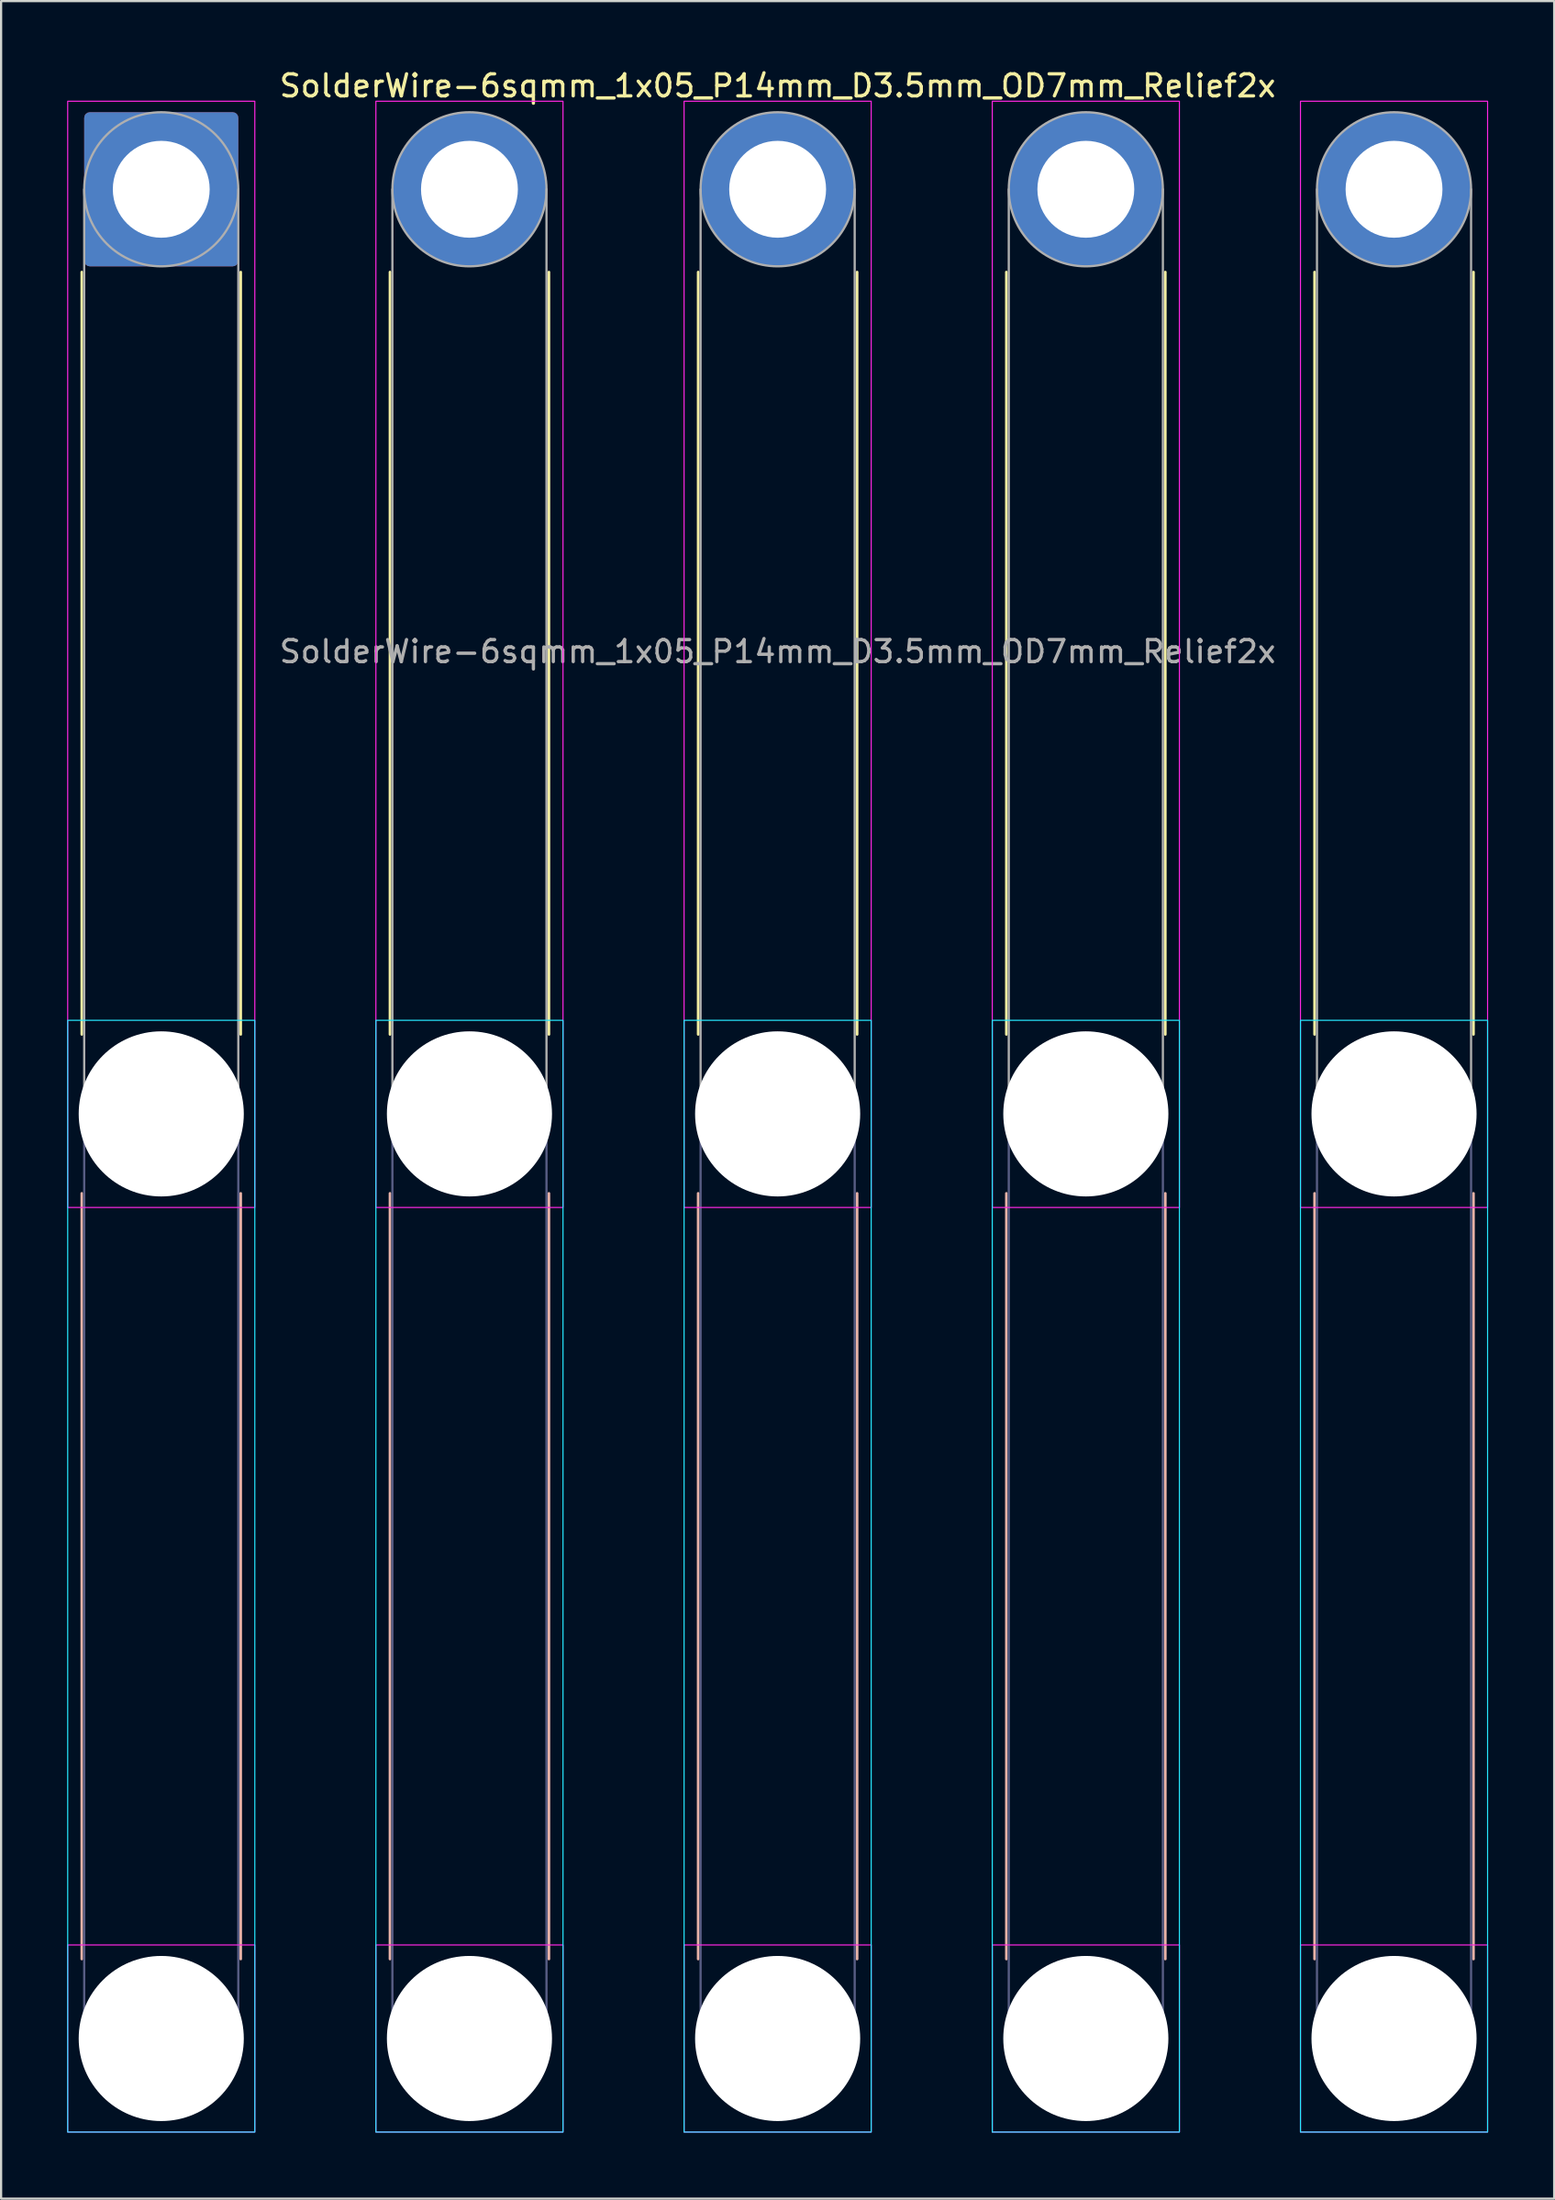
<source format=kicad_pcb>
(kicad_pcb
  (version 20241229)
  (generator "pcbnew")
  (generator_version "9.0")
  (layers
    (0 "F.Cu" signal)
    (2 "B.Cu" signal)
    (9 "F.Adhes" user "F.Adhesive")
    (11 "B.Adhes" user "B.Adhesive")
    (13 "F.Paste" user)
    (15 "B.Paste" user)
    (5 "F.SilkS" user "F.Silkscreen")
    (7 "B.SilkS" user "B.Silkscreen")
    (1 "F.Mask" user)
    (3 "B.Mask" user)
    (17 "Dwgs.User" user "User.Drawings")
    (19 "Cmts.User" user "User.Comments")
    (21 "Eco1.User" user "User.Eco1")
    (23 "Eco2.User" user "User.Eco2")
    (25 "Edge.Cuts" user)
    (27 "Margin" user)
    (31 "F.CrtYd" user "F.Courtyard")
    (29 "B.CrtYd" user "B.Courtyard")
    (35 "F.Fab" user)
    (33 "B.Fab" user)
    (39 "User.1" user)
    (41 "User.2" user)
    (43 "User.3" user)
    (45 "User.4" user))
  (footprint "SolderWire-6sqmm_1x05_P14mm_D3.5mm_OD7mm_Relief2x"
    (layer "F.Cu")
    (at 4.275 5.548)
    (property "Reference" "SolderWire-6sqmm_1x05_P14mm_D3.5mm_OD7mm_Relief2x" (at 28 -4.7 0) (layer "F.SilkS") (effects (font (size 1 1) (thickness 0.15))))
    (attr exclude_from_pos_files exclude_from_bom)
    (fp_line (start -3.61 3.76) (end -3.61 38.39) (stroke (width 0.12) (type solid)) (layer "F.SilkS"))
    (fp_line (start 3.61 3.76) (end 3.61 38.39) (stroke (width 0.12) (type solid)) (layer "F.SilkS"))
    (fp_line (start 10.39 3.76) (end 10.39 38.39) (stroke (width 0.12) (type solid)) (layer "F.SilkS"))
    (fp_line (start 17.61 3.76) (end 17.61 38.39) (stroke (width 0.12) (type solid)) (layer "F.SilkS"))
    (fp_line (start 24.39 3.76) (end 24.39 38.39) (stroke (width 0.12) (type solid)) (layer "F.SilkS"))
    (fp_line (start 31.61 3.76) (end 31.61 38.39) (stroke (width 0.12) (type solid)) (layer "F.SilkS"))
    (fp_line (start 38.39 3.76) (end 38.39 38.39) (stroke (width 0.12) (type solid)) (layer "F.SilkS"))
    (fp_line (start 45.61 3.76) (end 45.61 38.39) (stroke (width 0.12) (type solid)) (layer "F.SilkS"))
    (fp_line (start 52.39 3.76) (end 52.39 38.39) (stroke (width 0.12) (type solid)) (layer "F.SilkS"))
    (fp_line (start 59.61 3.76) (end 59.61 38.39) (stroke (width 0.12) (type solid)) (layer "F.SilkS"))
    (fp_line (start -3.61 45.61) (end -3.61 80.39) (stroke (width 0.12) (type solid)) (layer "B.SilkS"))
    (fp_line (start 3.61 45.61) (end 3.61 80.39) (stroke (width 0.12) (type solid)) (layer "B.SilkS"))
    (fp_line (start 10.39 45.61) (end 10.39 80.39) (stroke (width 0.12) (type solid)) (layer "B.SilkS"))
    (fp_line (start 17.61 45.61) (end 17.61 80.39) (stroke (width 0.12) (type solid)) (layer "B.SilkS"))
    (fp_line (start 24.39 45.61) (end 24.39 80.39) (stroke (width 0.12) (type solid)) (layer "B.SilkS"))
    (fp_line (start 31.61 45.61) (end 31.61 80.39) (stroke (width 0.12) (type solid)) (layer "B.SilkS"))
    (fp_line (start 38.39 45.61) (end 38.39 80.39) (stroke (width 0.12) (type solid)) (layer "B.SilkS"))
    (fp_line (start 45.61 45.61) (end 45.61 80.39) (stroke (width 0.12) (type solid)) (layer "B.SilkS"))
    (fp_line (start 52.39 45.61) (end 52.39 80.39) (stroke (width 0.12) (type solid)) (layer "B.SilkS"))
    (fp_line (start 59.61 45.61) (end 59.61 80.39) (stroke (width 0.12) (type solid)) (layer "B.SilkS"))
    (fp_rect (start -4.25 37.75) (end 4.25 88.25) (stroke (width 0.05) (type solid)) (fill no) (layer "B.CrtYd"))
    (fp_rect (start 9.75 37.75) (end 18.25 88.25) (stroke (width 0.05) (type solid)) (fill no) (layer "B.CrtYd"))
    (fp_rect (start 23.75 37.75) (end 32.25 88.25) (stroke (width 0.05) (type solid)) (fill no) (layer "B.CrtYd"))
    (fp_rect (start 37.75 37.75) (end 46.25 88.25) (stroke (width 0.05) (type solid)) (fill no) (layer "B.CrtYd"))
    (fp_rect (start 51.75 37.75) (end 60.25 88.25) (stroke (width 0.05) (type solid)) (fill no) (layer "B.CrtYd"))
    (fp_rect (start -4.25 -4) (end 4.25 46.25) (stroke (width 0.05) (type solid)) (fill no) (layer "F.CrtYd"))
    (fp_rect (start -4.25 79.75) (end 4.25 88.25) (stroke (width 0.05) (type solid)) (fill no) (layer "F.CrtYd"))
    (fp_rect (start 9.75 -4) (end 18.25 46.25) (stroke (width 0.05) (type solid)) (fill no) (layer "F.CrtYd"))
    (fp_rect (start 9.75 79.75) (end 18.25 88.25) (stroke (width 0.05) (type solid)) (fill no) (layer "F.CrtYd"))
    (fp_rect (start 23.75 -4) (end 32.25 46.25) (stroke (width 0.05) (type solid)) (fill no) (layer "F.CrtYd"))
    (fp_rect (start 23.75 79.75) (end 32.25 88.25) (stroke (width 0.05) (type solid)) (fill no) (layer "F.CrtYd"))
    (fp_rect (start 37.75 -4) (end 46.25 46.25) (stroke (width 0.05) (type solid)) (fill no) (layer "F.CrtYd"))
    (fp_rect (start 37.75 79.75) (end 46.25 88.25) (stroke (width 0.05) (type solid)) (fill no) (layer "F.CrtYd"))
    (fp_rect (start 51.75 -4) (end 60.25 46.25) (stroke (width 0.05) (type solid)) (fill no) (layer "F.CrtYd"))
    (fp_rect (start 51.75 79.75) (end 60.25 88.25) (stroke (width 0.05) (type solid)) (fill no) (layer "F.CrtYd"))
    (fp_line (start -3.5 42) (end -3.5 84) (stroke (width 0.1) (type solid)) (layer "B.Fab"))
    (fp_line (start 3.5 42) (end 3.5 84) (stroke (width 0.1) (type solid)) (layer "B.Fab"))
    (fp_line (start 10.5 42) (end 10.5 84) (stroke (width 0.1) (type solid)) (layer "B.Fab"))
    (fp_line (start 17.5 42) (end 17.5 84) (stroke (width 0.1) (type solid)) (layer "B.Fab"))
    (fp_line (start 24.5 42) (end 24.5 84) (stroke (width 0.1) (type solid)) (layer "B.Fab"))
    (fp_line (start 31.5 42) (end 31.5 84) (stroke (width 0.1) (type solid)) (layer "B.Fab"))
    (fp_line (start 38.5 42) (end 38.5 84) (stroke (width 0.1) (type solid)) (layer "B.Fab"))
    (fp_line (start 45.5 42) (end 45.5 84) (stroke (width 0.1) (type solid)) (layer "B.Fab"))
    (fp_line (start 52.5 42) (end 52.5 84) (stroke (width 0.1) (type solid)) (layer "B.Fab"))
    (fp_line (start 59.5 42) (end 59.5 84) (stroke (width 0.1) (type solid)) (layer "B.Fab"))
    (fp_circle (center 0 42) (end 3.5 42) (stroke (width 0.1) (type solid)) (fill no) (layer "B.Fab"))
    (fp_circle (center 0 84) (end 3.5 84) (stroke (width 0.1) (type solid)) (fill no) (layer "B.Fab"))
    (fp_circle (center 14 42) (end 17.5 42) (stroke (width 0.1) (type solid)) (fill no) (layer "B.Fab"))
    (fp_circle (center 14 84) (end 17.5 84) (stroke (width 0.1) (type solid)) (fill no) (layer "B.Fab"))
    (fp_circle (center 28 42) (end 31.5 42) (stroke (width 0.1) (type solid)) (fill no) (layer "B.Fab"))
    (fp_circle (center 28 84) (end 31.5 84) (stroke (width 0.1) (type solid)) (fill no) (layer "B.Fab"))
    (fp_circle (center 42 42) (end 45.5 42) (stroke (width 0.1) (type solid)) (fill no) (layer "B.Fab"))
    (fp_circle (center 42 84) (end 45.5 84) (stroke (width 0.1) (type solid)) (fill no) (layer "B.Fab"))
    (fp_circle (center 56 42) (end 59.5 42) (stroke (width 0.1) (type solid)) (fill no) (layer "B.Fab"))
    (fp_circle (center 56 84) (end 59.5 84) (stroke (width 0.1) (type solid)) (fill no) (layer "B.Fab"))
    (fp_line (start -3.5 0) (end -3.5 42) (stroke (width 0.1) (type solid)) (layer "F.Fab"))
    (fp_line (start 3.5 0) (end 3.5 42) (stroke (width 0.1) (type solid)) (layer "F.Fab"))
    (fp_line (start 10.5 0) (end 10.5 42) (stroke (width 0.1) (type solid)) (layer "F.Fab"))
    (fp_line (start 17.5 0) (end 17.5 42) (stroke (width 0.1) (type solid)) (layer "F.Fab"))
    (fp_line (start 24.5 0) (end 24.5 42) (stroke (width 0.1) (type solid)) (layer "F.Fab"))
    (fp_line (start 31.5 0) (end 31.5 42) (stroke (width 0.1) (type solid)) (layer "F.Fab"))
    (fp_line (start 38.5 0) (end 38.5 42) (stroke (width 0.1) (type solid)) (layer "F.Fab"))
    (fp_line (start 45.5 0) (end 45.5 42) (stroke (width 0.1) (type solid)) (layer "F.Fab"))
    (fp_line (start 52.5 0) (end 52.5 42) (stroke (width 0.1) (type solid)) (layer "F.Fab"))
    (fp_line (start 59.5 0) (end 59.5 42) (stroke (width 0.1) (type solid)) (layer "F.Fab"))
    (fp_circle (center 0 0) (end 3.5 0) (stroke (width 0.1) (type solid)) (fill no) (layer "F.Fab"))
    (fp_circle (center 0 42) (end 3.5 42) (stroke (width 0.1) (type solid)) (fill no) (layer "F.Fab"))
    (fp_circle (center 0 84) (end 3.5 84) (stroke (width 0.1) (type solid)) (fill no) (layer "F.Fab"))
    (fp_circle (center 14 0) (end 17.5 0) (stroke (width 0.1) (type solid)) (fill no) (layer "F.Fab"))
    (fp_circle (center 14 42) (end 17.5 42) (stroke (width 0.1) (type solid)) (fill no) (layer "F.Fab"))
    (fp_circle (center 14 84) (end 17.5 84) (stroke (width 0.1) (type solid)) (fill no) (layer "F.Fab"))
    (fp_circle (center 28 0) (end 31.5 0) (stroke (width 0.1) (type solid)) (fill no) (layer "F.Fab"))
    (fp_circle (center 28 42) (end 31.5 42) (stroke (width 0.1) (type solid)) (fill no) (layer "F.Fab"))
    (fp_circle (center 28 84) (end 31.5 84) (stroke (width 0.1) (type solid)) (fill no) (layer "F.Fab"))
    (fp_circle (center 42 0) (end 45.5 0) (stroke (width 0.1) (type solid)) (fill no) (layer "F.Fab"))
    (fp_circle (center 42 42) (end 45.5 42) (stroke (width 0.1) (type solid)) (fill no) (layer "F.Fab"))
    (fp_circle (center 42 84) (end 45.5 84) (stroke (width 0.1) (type solid)) (fill no) (layer "F.Fab"))
    (fp_circle (center 56 0) (end 59.5 0) (stroke (width 0.1) (type solid)) (fill no) (layer "F.Fab"))
    (fp_circle (center 56 42) (end 59.5 42) (stroke (width 0.1) (type solid)) (fill no) (layer "F.Fab"))
    (fp_circle (center 56 84) (end 59.5 84) (stroke (width 0.1) (type solid)) (fill no) (layer "F.Fab"))
    (fp_text user "${REFERENCE}" (at 28 21 0) (layer "F.Fab") (effects (font (size 1 1) (thickness 0.15))))
    (pad "" np_thru_hole circle (at 0 42) (size 7.5 7.5) (drill 7.5) (layers "*.Cu" "*.Mask"))
    (pad "" np_thru_hole circle (at 0 84) (size 7.5 7.5) (drill 7.5) (layers "*.Cu" "*.Mask"))
    (pad "" np_thru_hole circle (at 14 42) (size 7.5 7.5) (drill 7.5) (layers "*.Cu" "*.Mask"))
    (pad "" np_thru_hole circle (at 14 84) (size 7.5 7.5) (drill 7.5) (layers "*.Cu" "*.Mask"))
    (pad "" np_thru_hole circle (at 28 42) (size 7.5 7.5) (drill 7.5) (layers "*.Cu" "*.Mask"))
    (pad "" np_thru_hole circle (at 28 84) (size 7.5 7.5) (drill 7.5) (layers "*.Cu" "*.Mask"))
    (pad "" np_thru_hole circle (at 42 42) (size 7.5 7.5) (drill 7.5) (layers "*.Cu" "*.Mask"))
    (pad "" np_thru_hole circle (at 42 84) (size 7.5 7.5) (drill 7.5) (layers "*.Cu" "*.Mask"))
    (pad "" np_thru_hole circle (at 56 42) (size 7.5 7.5) (drill 7.5) (layers "*.Cu" "*.Mask"))
    (pad "" np_thru_hole circle (at 56 84) (size 7.5 7.5) (drill 7.5) (layers "*.Cu" "*.Mask"))
    (pad "1" thru_hole roundrect (at 0 0) (size 7 7) (drill 4.4) (layers "*.Cu" "*.Mask") (roundrect_rratio 0.036))
    (pad "2" thru_hole circle (at 14 0) (size 7 7) (drill 4.4) (layers "*.Cu" "*.Mask"))
    (pad "3" thru_hole circle (at 28 0) (size 7 7) (drill 4.4) (layers "*.Cu" "*.Mask"))
    (pad "4" thru_hole circle (at 42 0) (size 7 7) (drill 4.4) (layers "*.Cu" "*.Mask"))
    (pad "5" thru_hole circle (at 56 0) (size 7 7) (drill 4.4) (layers "*.Cu" "*.Mask")))
  (gr_rect
    (start -3 -3)
    (end 67.55 96.823)
    (stroke (width 0.1) (type default))
    (fill no)
    (layer "Edge.Cuts")))
</source>
